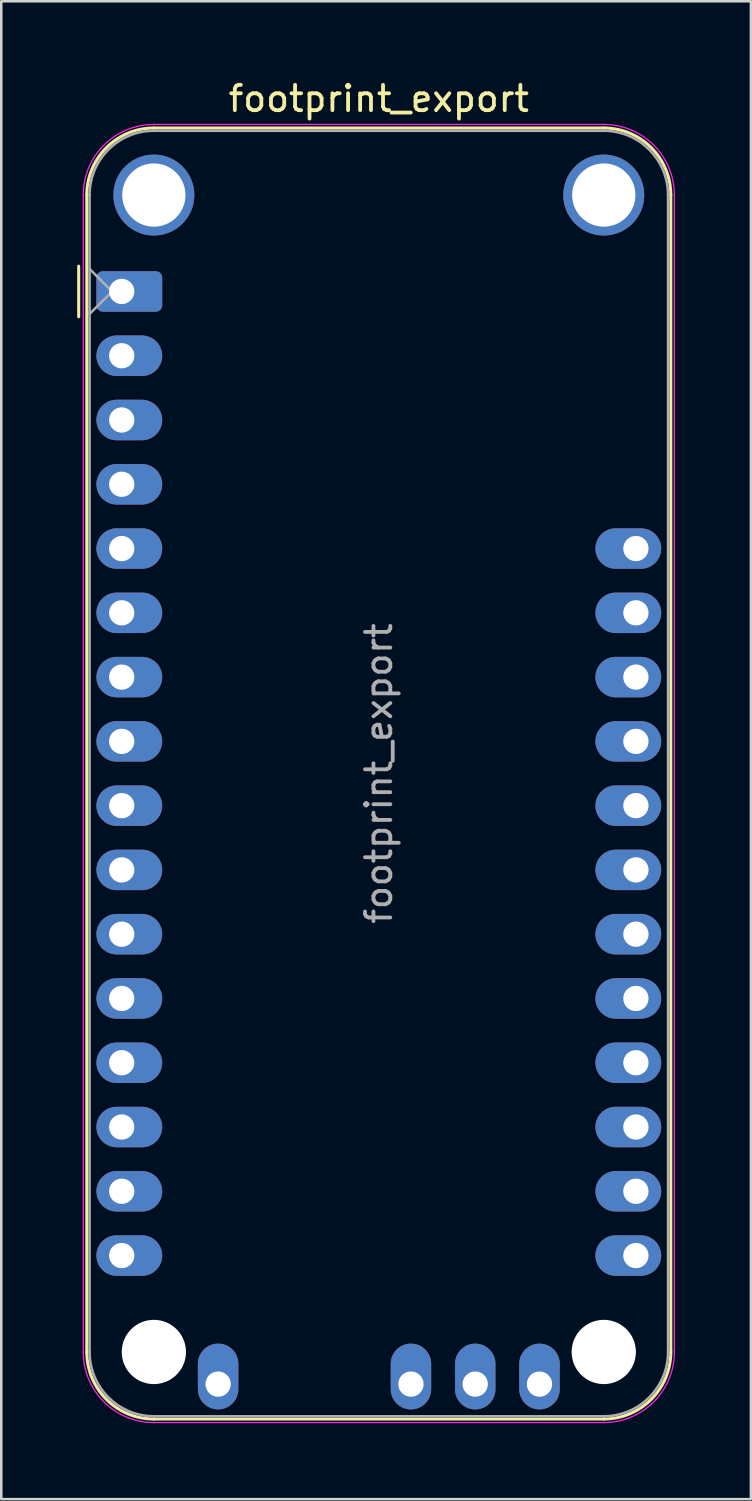
<source format=kicad_pcb>
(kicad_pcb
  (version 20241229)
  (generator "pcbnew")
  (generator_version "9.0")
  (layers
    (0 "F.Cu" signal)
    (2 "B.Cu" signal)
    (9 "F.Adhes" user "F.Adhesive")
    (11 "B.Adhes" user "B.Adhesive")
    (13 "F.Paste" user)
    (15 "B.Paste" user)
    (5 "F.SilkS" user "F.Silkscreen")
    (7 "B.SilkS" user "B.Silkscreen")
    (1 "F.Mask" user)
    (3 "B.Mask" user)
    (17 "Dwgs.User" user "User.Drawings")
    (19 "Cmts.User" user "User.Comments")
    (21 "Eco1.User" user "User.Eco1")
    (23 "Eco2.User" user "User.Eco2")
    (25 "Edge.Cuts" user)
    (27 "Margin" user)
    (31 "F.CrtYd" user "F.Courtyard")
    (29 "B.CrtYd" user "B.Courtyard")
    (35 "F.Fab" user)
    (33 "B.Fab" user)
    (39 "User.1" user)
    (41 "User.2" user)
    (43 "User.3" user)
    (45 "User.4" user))
  (footprint "footprint_export"
    (layer "F.Cu")
    (at 1.76 8.468)
    (property "Reference" "footprint_export" (at 10.16 -7.62 0) (layer "F.SilkS") (effects (font (size 1 1) (thickness 0.15))))
    (attr through_hole)
    (fp_line (start -1.7 1) (end -1.7 -1) (stroke (width 0.12) (type solid)) (layer "F.SilkS"))
    (fp_line (start -1.38 -3.81) (end -1.38 41.91) (stroke (width 0.12) (type solid)) (layer "F.SilkS"))
    (fp_line (start 19.05 -6.46) (end 1.27 -6.46) (stroke (width 0.12) (type solid)) (layer "F.SilkS"))
    (fp_line (start 19.05 44.56) (end 1.27 44.56) (stroke (width 0.12) (type solid)) (layer "F.SilkS"))
    (fp_line (start 21.7 -3.81) (end 21.7 41.91) (stroke (width 0.12) (type solid)) (layer "F.SilkS"))
    (fp_arc (start -1.38 -3.81) (mid -0.603833 -5.683833) (end 1.27 -6.46) (stroke (width 0.12) (type solid)) (layer "F.SilkS"))
    (fp_arc (start 1.27 44.56) (mid -0.603833 43.783833) (end -1.38 41.91) (stroke (width 0.12) (type solid)) (layer "F.SilkS"))
    (fp_arc (start 19.05 -6.46) (mid 20.923833 -5.683833) (end 21.7 -3.81) (stroke (width 0.12) (type solid)) (layer "F.SilkS"))
    (fp_arc (start 21.7 41.91) (mid 20.923833 43.783833) (end 19.05 44.56) (stroke (width 0.12) (type solid)) (layer "F.SilkS"))
    (fp_line (start -1.52 41.91) (end -1.52 -3.81) (stroke (width 0.05) (type solid)) (layer "F.CrtYd"))
    (fp_line (start 19.05 -6.6) (end 1.27 -6.6) (stroke (width 0.05) (type solid)) (layer "F.CrtYd"))
    (fp_line (start 19.05 44.7) (end 1.27 44.7) (stroke (width 0.05) (type solid)) (layer "F.CrtYd"))
    (fp_line (start 21.84 41.91) (end 21.84 -3.81) (stroke (width 0.05) (type solid)) (layer "F.CrtYd"))
    (fp_arc (start -1.52 -3.81) (mid -0.702828 -5.782828) (end 1.27 -6.6) (stroke (width 0.05) (type solid)) (layer "F.CrtYd"))
    (fp_arc (start 1.27 44.7) (mid -0.702828 43.882828) (end -1.52 41.91) (stroke (width 0.05) (type solid)) (layer "F.CrtYd"))
    (fp_arc (start 19.05 -6.6) (mid 21.022828 -5.782828) (end 21.84 -3.81) (stroke (width 0.05) (type solid)) (layer "F.CrtYd"))
    (fp_arc (start 21.84 41.91) (mid 21.022828 43.882828) (end 19.05 44.7) (stroke (width 0.05) (type solid)) (layer "F.CrtYd"))
    (fp_line (start -1.27 -3.81) (end -1.27 41.91) (stroke (width 0.1) (type solid)) (layer "F.Fab"))
    (fp_line (start -1.27 -0.889) (end -0.381 0) (stroke (width 0.1) (type solid)) (layer "F.Fab"))
    (fp_line (start -0.381 0) (end -1.27 0.889) (stroke (width 0.1) (type solid)) (layer "F.Fab"))
    (fp_line (start 1.27 44.45) (end 19.05 44.45) (stroke (width 0.1) (type solid)) (layer "F.Fab"))
    (fp_line (start 19.05 -6.35) (end 1.27 -6.35) (stroke (width 0.1) (type solid)) (layer "F.Fab"))
    (fp_line (start 21.59 41.91) (end 21.59 -3.81) (stroke (width 0.1) (type solid)) (layer "F.Fab"))
    (fp_arc (start -1.27 -3.81) (mid -0.526051 -5.606051) (end 1.27 -6.35) (stroke (width 0.1) (type solid)) (layer "F.Fab"))
    (fp_arc (start 1.221238 44.449532) (mid -0.543209 43.688728) (end -1.27 41.91) (stroke (width 0.1) (type solid)) (layer "F.Fab"))
    (fp_arc (start 19.05 -6.35) (mid 20.846051 -5.606051) (end 21.59 -3.81) (stroke (width 0.1) (type solid)) (layer "F.Fab"))
    (fp_arc (start 21.59 41.91) (mid 20.846051 43.706051) (end 19.05 44.45) (stroke (width 0.1) (type solid)) (layer "F.Fab"))
    (fp_text user "${REFERENCE}" (at 10.16 19.05 270) (layer "F.Fab") (effects (font (size 1 1) (thickness 0.15))))
    (pad "" np_thru_hole circle (at 1.27 -3.81 270) (size 3.2 3.2) (drill 2.5) (layers "*.Cu" "*.Mask"))
    (pad "" np_thru_hole circle (at 1.27 41.91 270) (size 2.54 2.54) (drill 2.54) (layers "*.Cu" "*.Mask"))
    (pad "" np_thru_hole circle (at 19.05 -3.81 270) (size 3.2 3.2) (drill 2.5) (layers "*.Cu" "*.Mask"))
    (pad "" np_thru_hole circle (at 19.05 41.91 270) (size 2.54 2.54) (drill 2.54) (layers "*.Cu" "*.Mask"))
    (pad "1" thru_hole roundrect (at 0 0) (size 2.6 1.6) (drill 1 (offset 0.3 0)) (layers "*.Cu" "*.Mask") (roundrect_rratio 0.156))
    (pad "2" thru_hole oval (at 0 2.54) (size 2.6 1.6) (drill 1 (offset 0.3 0)) (layers "*.Cu" "*.Mask"))
    (pad "3" thru_hole oval (at 0 5.08) (size 2.6 1.6) (drill 1 (offset 0.3 0)) (layers "*.Cu" "*.Mask"))
    (pad "4" thru_hole oval (at 0 7.62) (size 2.6 1.6) (drill 1 (offset 0.3 0)) (layers "*.Cu" "*.Mask"))
    (pad "5" thru_hole oval (at 0 10.16) (size 2.6 1.6) (drill 1 (offset 0.3 0)) (layers "*.Cu" "*.Mask"))
    (pad "6" thru_hole oval (at 0 12.7) (size 2.6 1.6) (drill 1 (offset 0.3 0)) (layers "*.Cu" "*.Mask"))
    (pad "7" thru_hole oval (at 0 15.24) (size 2.6 1.6) (drill 1 (offset 0.3 0)) (layers "*.Cu" "*.Mask"))
    (pad "8" thru_hole oval (at 0 17.78) (size 2.6 1.6) (drill 1 (offset 0.3 0)) (layers "*.Cu" "*.Mask"))
    (pad "9" thru_hole oval (at 0 20.32) (size 2.6 1.6) (drill 1 (offset 0.3 0)) (layers "*.Cu" "*.Mask"))
    (pad "10" thru_hole oval (at 0 22.86) (size 2.6 1.6) (drill 1 (offset 0.3 0)) (layers "*.Cu" "*.Mask"))
    (pad "11" thru_hole oval (at 0 25.4) (size 2.6 1.6) (drill 1 (offset 0.3 0)) (layers "*.Cu" "*.Mask"))
    (pad "12" thru_hole oval (at 0 27.94) (size 2.6 1.6) (drill 1 (offset 0.3 0)) (layers "*.Cu" "*.Mask"))
    (pad "13" thru_hole oval (at 0 30.48) (size 2.6 1.6) (drill 1 (offset 0.3 0)) (layers "*.Cu" "*.Mask"))
    (pad "14" thru_hole oval (at 0 33.02) (size 2.6 1.6) (drill 1 (offset 0.3 0)) (layers "*.Cu" "*.Mask"))
    (pad "15" thru_hole oval (at 0 35.56) (size 2.6 1.6) (drill 1 (offset 0.3 0)) (layers "*.Cu" "*.Mask"))
    (pad "16" thru_hole oval (at 0 38.1) (size 2.6 1.6) (drill 1 (offset 0.3 0)) (layers "*.Cu" "*.Mask"))
    (pad "17" thru_hole oval (at 20.32 38.1 180) (size 2.6 1.6) (drill 1 (offset 0.3 0)) (layers "*.Cu" "*.Mask"))
    (pad "18" thru_hole oval (at 20.32 35.56 180) (size 2.6 1.6) (drill 1 (offset 0.3 0)) (layers "*.Cu" "*.Mask"))
    (pad "19" thru_hole oval (at 20.32 33.02 180) (size 2.6 1.6) (drill 1 (offset 0.3 0)) (layers "*.Cu" "*.Mask"))
    (pad "20" thru_hole oval (at 20.32 30.48 180) (size 2.6 1.6) (drill 1 (offset 0.3 0)) (layers "*.Cu" "*.Mask"))
    (pad "21" thru_hole oval (at 20.32 27.94 180) (size 2.6 1.6) (drill 1 (offset 0.3 0)) (layers "*.Cu" "*.Mask"))
    (pad "22" thru_hole oval (at 20.32 25.4 180) (size 2.6 1.6) (drill 1 (offset 0.3 0)) (layers "*.Cu" "*.Mask"))
    (pad "23" thru_hole oval (at 20.32 22.86 180) (size 2.6 1.6) (drill 1 (offset 0.3 0)) (layers "*.Cu" "*.Mask"))
    (pad "24" thru_hole oval (at 20.32 20.32 180) (size 2.6 1.6) (drill 1 (offset 0.3 0)) (layers "*.Cu" "*.Mask"))
    (pad "25" thru_hole oval (at 20.32 17.78 180) (size 2.6 1.6) (drill 1 (offset 0.3 0)) (layers "*.Cu" "*.Mask"))
    (pad "26" thru_hole oval (at 20.32 15.24 180) (size 2.6 1.6) (drill 1 (offset 0.3 0)) (layers "*.Cu" "*.Mask"))
    (pad "27" thru_hole oval (at 20.32 12.7 180) (size 2.6 1.6) (drill 1 (offset 0.3 0)) (layers "*.Cu" "*.Mask"))
    (pad "28" thru_hole oval (at 20.32 10.16 180) (size 2.6 1.6) (drill 1 (offset 0.3 0)) (layers "*.Cu" "*.Mask"))
    (pad "29" thru_hole oval (at 3.81 43.18 90) (size 2.6 1.6) (drill 1 (offset 0.3 0)) (layers "*.Cu" "*.Mask"))
    (pad "30" thru_hole oval (at 11.43 43.18 90) (size 2.6 1.6) (drill 1 (offset 0.3 0)) (layers "*.Cu" "*.Mask"))
    (pad "31" thru_hole oval (at 13.97 43.18 90) (size 2.6 1.6) (drill 1 (offset 0.3 0)) (layers "*.Cu" "*.Mask"))
    (pad "32" thru_hole oval (at 16.51 43.18 90) (size 2.6 1.6) (drill 1 (offset 0.3 0)) (layers "*.Cu" "*.Mask")))
  (gr_rect
    (start -3 -3)
    (end 26.625 56.193)
    (stroke (width 0.1) (type default))
    (fill no)
    (layer "Edge.Cuts")))
</source>
